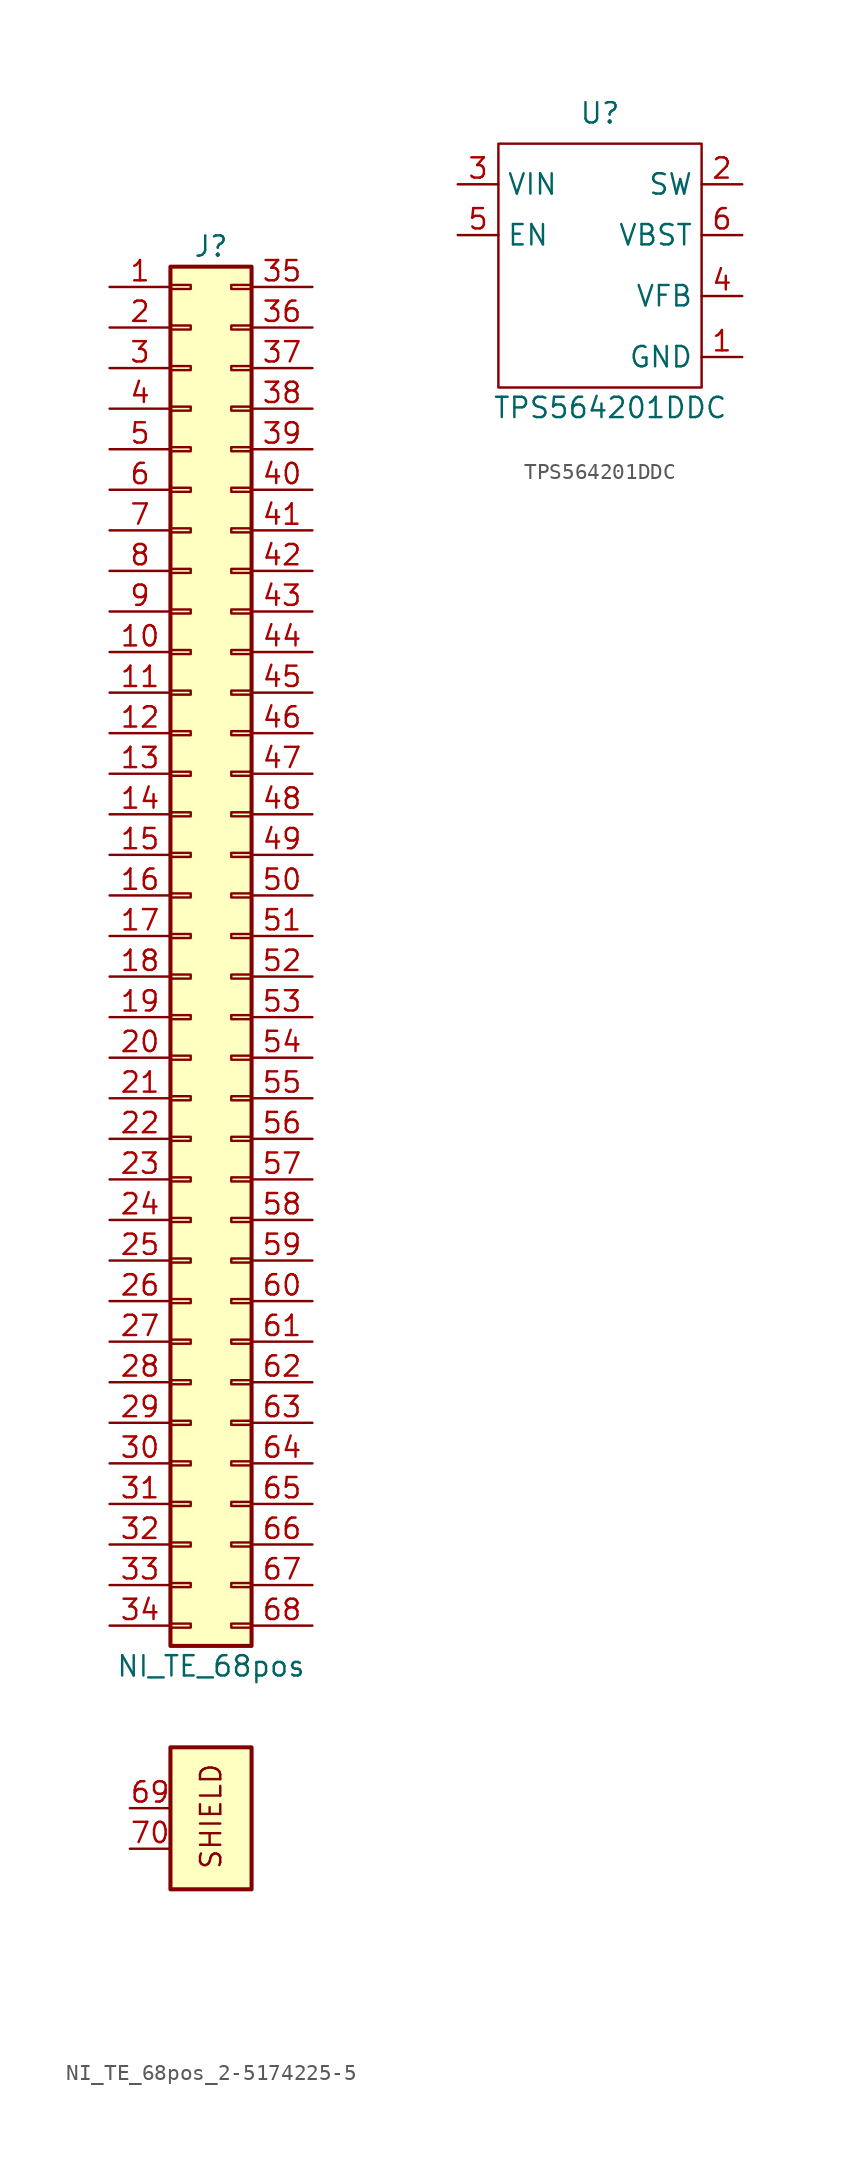
<source format=kicad_sym>
(kicad_symbol_lib
  (version 20220914)
  (generator kicad_symbol_editor)
  (symbol "NI_TE_68pos_2-5174225-5"
    (pin_names
      (offset 1.016) hide)
    (property "Reference" "J"
      (at 1.27 43.18 0)
      (effects (font (size 1.27 1.27))))
    (property "Value" "NI_TE_68pos"
      (at 1.27 -45.72 0)
      (effects (font (size 1.27 1.27))))
    (symbol "NI_TE_68pos_2-5174225-5_1_1"
      (rectangle (start -1.27 -50.8) (end 3.81 -59.69) (stroke (width 0.254) (type default)) (fill (type background)))
      (rectangle (start -1.27 -43.053) (end 0 -43.307) (stroke (width 0.152) (type default)) (fill (type none)))
      (rectangle (start -1.27 -40.513) (end 0 -40.767) (stroke (width 0.152) (type default)) (fill (type none)))
      (rectangle (start -1.27 -37.973) (end 0 -38.227) (stroke (width 0.152) (type default)) (fill (type none)))
      (rectangle (start -1.27 -35.433) (end 0 -35.687) (stroke (width 0.152) (type default)) (fill (type none)))
      (rectangle (start -1.27 -32.893) (end 0 -33.147) (stroke (width 0.152) (type default)) (fill (type none)))
      (rectangle (start -1.27 -30.353) (end 0 -30.607) (stroke (width 0.152) (type default)) (fill (type none)))
      (rectangle (start -1.27 -27.813) (end 0 -28.067) (stroke (width 0.152) (type default)) (fill (type none)))
      (rectangle (start -1.27 -25.273) (end 0 -25.527) (stroke (width 0.152) (type default)) (fill (type none)))
      (rectangle (start -1.27 -22.733) (end 0 -22.987) (stroke (width 0.152) (type default)) (fill (type none)))
      (rectangle (start -1.27 -20.193) (end 0 -20.447) (stroke (width 0.152) (type default)) (fill (type none)))
      (rectangle (start -1.27 -17.653) (end 0 -17.907) (stroke (width 0.152) (type default)) (fill (type none)))
      (rectangle (start -1.27 -15.113) (end 0 -15.367) (stroke (width 0.152) (type default)) (fill (type none)))
      (rectangle (start -1.27 -12.573) (end 0 -12.827) (stroke (width 0.152) (type default)) (fill (type none)))
      (rectangle (start -1.27 -10.033) (end 0 -10.287) (stroke (width 0.152) (type default)) (fill (type none)))
      (rectangle (start -1.27 -7.493) (end 0 -7.747) (stroke (width 0.152) (type default)) (fill (type none)))
      (rectangle (start -1.27 -4.953) (end 0 -5.207) (stroke (width 0.152) (type default)) (fill (type none)))
      (rectangle (start -1.27 -2.413) (end 0 -2.667) (stroke (width 0.152) (type default)) (fill (type none)))
      (rectangle (start -1.27 0.127) (end 0 -0.127) (stroke (width 0.152) (type default)) (fill (type none)))
      (rectangle (start -1.27 2.667) (end 0 2.413) (stroke (width 0.152) (type default)) (fill (type none)))
      (rectangle (start -1.27 5.207) (end 0 4.953) (stroke (width 0.152) (type default)) (fill (type none)))
      (rectangle (start -1.27 7.747) (end 0 7.493) (stroke (width 0.152) (type default)) (fill (type none)))
      (rectangle (start -1.27 10.287) (end 0 10.033) (stroke (width 0.152) (type default)) (fill (type none)))
      (rectangle (start -1.27 12.827) (end 0 12.573) (stroke (width 0.152) (type default)) (fill (type none)))
      (rectangle (start -1.27 15.367) (end 0 15.113) (stroke (width 0.152) (type default)) (fill (type none)))
      (rectangle (start -1.27 17.907) (end 0 17.653) (stroke (width 0.152) (type default)) (fill (type none)))
      (rectangle (start -1.27 20.447) (end 0 20.193) (stroke (width 0.152) (type default)) (fill (type none)))
      (rectangle (start -1.27 22.987) (end 0 22.733) (stroke (width 0.152) (type default)) (fill (type none)))
      (rectangle (start -1.27 25.527) (end 0 25.273) (stroke (width 0.152) (type default)) (fill (type none)))
      (rectangle (start -1.27 28.067) (end 0 27.813) (stroke (width 0.152) (type default)) (fill (type none)))
      (rectangle (start -1.27 30.607) (end 0 30.353) (stroke (width 0.152) (type default)) (fill (type none)))
      (rectangle (start -1.27 33.147) (end 0 32.893) (stroke (width 0.152) (type default)) (fill (type none)))
      (rectangle (start -1.27 35.687) (end 0 35.433) (stroke (width 0.152) (type default)) (fill (type none)))
      (rectangle (start -1.27 38.227) (end 0 37.973) (stroke (width 0.152) (type default)) (fill (type none)))
      (rectangle (start -1.27 40.767) (end 0 40.513) (stroke (width 0.152) (type default)) (fill (type none)))
      (rectangle (start -1.27 41.91) (end 3.81 -44.45) (stroke (width 0.254) (type default)) (fill (type background)))
      (rectangle (start 3.81 -43.053) (end 2.54 -43.307) (stroke (width 0.152) (type default)) (fill (type none)))
      (rectangle (start 3.81 -40.513) (end 2.54 -40.767) (stroke (width 0.152) (type default)) (fill (type none)))
      (rectangle (start 3.81 -37.973) (end 2.54 -38.227) (stroke (width 0.152) (type default)) (fill (type none)))
      (rectangle (start 3.81 -35.433) (end 2.54 -35.687) (stroke (width 0.152) (type default)) (fill (type none)))
      (rectangle (start 3.81 -32.893) (end 2.54 -33.147) (stroke (width 0.152) (type default)) (fill (type none)))
      (rectangle (start 3.81 -30.353) (end 2.54 -30.607) (stroke (width 0.152) (type default)) (fill (type none)))
      (rectangle (start 3.81 -27.813) (end 2.54 -28.067) (stroke (width 0.152) (type default)) (fill (type none)))
      (rectangle (start 3.81 -25.273) (end 2.54 -25.527) (stroke (width 0.152) (type default)) (fill (type none)))
      (rectangle (start 3.81 -22.733) (end 2.54 -22.987) (stroke (width 0.152) (type default)) (fill (type none)))
      (rectangle (start 3.81 -20.193) (end 2.54 -20.447) (stroke (width 0.152) (type default)) (fill (type none)))
      (rectangle (start 3.81 -17.653) (end 2.54 -17.907) (stroke (width 0.152) (type default)) (fill (type none)))
      (rectangle (start 3.81 -15.113) (end 2.54 -15.367) (stroke (width 0.152) (type default)) (fill (type none)))
      (rectangle (start 3.81 -12.573) (end 2.54 -12.827) (stroke (width 0.152) (type default)) (fill (type none)))
      (rectangle (start 3.81 -10.033) (end 2.54 -10.287) (stroke (width 0.152) (type default)) (fill (type none)))
      (rectangle (start 3.81 -7.493) (end 2.54 -7.747) (stroke (width 0.152) (type default)) (fill (type none)))
      (rectangle (start 3.81 -4.953) (end 2.54 -5.207) (stroke (width 0.152) (type default)) (fill (type none)))
      (rectangle (start 3.81 -2.413) (end 2.54 -2.667) (stroke (width 0.152) (type default)) (fill (type none)))
      (rectangle (start 3.81 0.127) (end 2.54 -0.127) (stroke (width 0.152) (type default)) (fill (type none)))
      (rectangle (start 3.81 2.667) (end 2.54 2.413) (stroke (width 0.152) (type default)) (fill (type none)))
      (rectangle (start 3.81 5.207) (end 2.54 4.953) (stroke (width 0.152) (type default)) (fill (type none)))
      (rectangle (start 3.81 7.747) (end 2.54 7.493) (stroke (width 0.152) (type default)) (fill (type none)))
      (rectangle (start 3.81 10.287) (end 2.54 10.033) (stroke (width 0.152) (type default)) (fill (type none)))
      (rectangle (start 3.81 12.827) (end 2.54 12.573) (stroke (width 0.152) (type default)) (fill (type none)))
      (rectangle (start 3.81 15.367) (end 2.54 15.113) (stroke (width 0.152) (type default)) (fill (type none)))
      (rectangle (start 3.81 17.907) (end 2.54 17.653) (stroke (width 0.152) (type default)) (fill (type none)))
      (rectangle (start 3.81 20.447) (end 2.54 20.193) (stroke (width 0.152) (type default)) (fill (type none)))
      (rectangle (start 3.81 22.987) (end 2.54 22.733) (stroke (width 0.152) (type default)) (fill (type none)))
      (rectangle (start 3.81 25.527) (end 2.54 25.273) (stroke (width 0.152) (type default)) (fill (type none)))
      (rectangle (start 3.81 28.067) (end 2.54 27.813) (stroke (width 0.152) (type default)) (fill (type none)))
      (rectangle (start 3.81 30.607) (end 2.54 30.353) (stroke (width 0.152) (type default)) (fill (type none)))
      (rectangle (start 3.81 33.147) (end 2.54 32.893) (stroke (width 0.152) (type default)) (fill (type none)))
      (rectangle (start 3.81 35.687) (end 2.54 35.433) (stroke (width 0.152) (type default)) (fill (type none)))
      (rectangle (start 3.81 38.227) (end 2.54 37.973) (stroke (width 0.152) (type default)) (fill (type none)))
      (rectangle (start 3.81 40.767) (end 2.54 40.513) (stroke (width 0.152) (type default)) (fill (type none)))
      (text "SHIELD" (at 1.27 -55.118 900) (effects (font (size 1.27 1.27))))
      (pin passive line (at -5.08 40.64 0) (length 3.81) (name "Pin_1" (effects (font (size 1.27 1.27)))) (number "1" (effects (font (size 1.27 1.27)))))
      (pin passive line (at -5.08 17.78 0) (length 3.81) (name "Pin_10" (effects (font (size 1.27 1.27)))) (number "10" (effects (font (size 1.27 1.27)))))
      (pin passive line (at -5.08 15.24 0) (length 3.81) (name "Pin_11" (effects (font (size 1.27 1.27)))) (number "11" (effects (font (size 1.27 1.27)))))
      (pin passive line (at -5.08 12.7 0) (length 3.81) (name "Pin_12" (effects (font (size 1.27 1.27)))) (number "12" (effects (font (size 1.27 1.27)))))
      (pin passive line (at -5.08 10.16 0) (length 3.81) (name "Pin_13" (effects (font (size 1.27 1.27)))) (number "13" (effects (font (size 1.27 1.27)))))
      (pin passive line (at -5.08 7.62 0) (length 3.81) (name "Pin_14" (effects (font (size 1.27 1.27)))) (number "14" (effects (font (size 1.27 1.27)))))
      (pin passive line (at -5.08 5.08 0) (length 3.81) (name "Pin_15" (effects (font (size 1.27 1.27)))) (number "15" (effects (font (size 1.27 1.27)))))
      (pin passive line (at -5.08 2.54 0) (length 3.81) (name "Pin_16" (effects (font (size 1.27 1.27)))) (number "16" (effects (font (size 1.27 1.27)))))
      (pin passive line (at -5.08 0 0) (length 3.81) (name "Pin_17" (effects (font (size 1.27 1.27)))) (number "17" (effects (font (size 1.27 1.27)))))
      (pin passive line (at -5.08 -2.54 0) (length 3.81) (name "Pin_18" (effects (font (size 1.27 1.27)))) (number "18" (effects (font (size 1.27 1.27)))))
      (pin passive line (at -5.08 -5.08 0) (length 3.81) (name "Pin_19" (effects (font (size 1.27 1.27)))) (number "19" (effects (font (size 1.27 1.27)))))
      (pin passive line (at -5.08 38.1 0) (length 3.81) (name "Pin_2" (effects (font (size 1.27 1.27)))) (number "2" (effects (font (size 1.27 1.27)))))
      (pin passive line (at -5.08 -7.62 0) (length 3.81) (name "Pin_20" (effects (font (size 1.27 1.27)))) (number "20" (effects (font (size 1.27 1.27)))))
      (pin passive line (at -5.08 -10.16 0) (length 3.81) (name "Pin_21" (effects (font (size 1.27 1.27)))) (number "21" (effects (font (size 1.27 1.27)))))
      (pin passive line (at -5.08 -12.7 0) (length 3.81) (name "Pin_22" (effects (font (size 1.27 1.27)))) (number "22" (effects (font (size 1.27 1.27)))))
      (pin passive line (at -5.08 -15.24 0) (length 3.81) (name "Pin_23" (effects (font (size 1.27 1.27)))) (number "23" (effects (font (size 1.27 1.27)))))
      (pin passive line (at -5.08 -17.78 0) (length 3.81) (name "Pin_24" (effects (font (size 1.27 1.27)))) (number "24" (effects (font (size 1.27 1.27)))))
      (pin passive line (at -5.08 -20.32 0) (length 3.81) (name "Pin_25" (effects (font (size 1.27 1.27)))) (number "25" (effects (font (size 1.27 1.27)))))
      (pin passive line (at -5.08 -22.86 0) (length 3.81) (name "Pin_26" (effects (font (size 1.27 1.27)))) (number "26" (effects (font (size 1.27 1.27)))))
      (pin passive line (at -5.08 -25.4 0) (length 3.81) (name "Pin_27" (effects (font (size 1.27 1.27)))) (number "27" (effects (font (size 1.27 1.27)))))
      (pin passive line (at -5.08 -27.94 0) (length 3.81) (name "Pin_28" (effects (font (size 1.27 1.27)))) (number "28" (effects (font (size 1.27 1.27)))))
      (pin passive line (at -5.08 -30.48 0) (length 3.81) (name "Pin_29" (effects (font (size 1.27 1.27)))) (number "29" (effects (font (size 1.27 1.27)))))
      (pin passive line (at -5.08 35.56 0) (length 3.81) (name "Pin_3" (effects (font (size 1.27 1.27)))) (number "3" (effects (font (size 1.27 1.27)))))
      (pin passive line (at -5.08 -33.02 0) (length 3.81) (name "Pin_30" (effects (font (size 1.27 1.27)))) (number "30" (effects (font (size 1.27 1.27)))))
      (pin passive line (at -5.08 -35.56 0) (length 3.81) (name "Pin_31" (effects (font (size 1.27 1.27)))) (number "31" (effects (font (size 1.27 1.27)))))
      (pin passive line (at -5.08 -38.1 0) (length 3.81) (name "Pin_32" (effects (font (size 1.27 1.27)))) (number "32" (effects (font (size 1.27 1.27)))))
      (pin passive line (at -5.08 -40.64 0) (length 3.81) (name "Pin_33" (effects (font (size 1.27 1.27)))) (number "33" (effects (font (size 1.27 1.27)))))
      (pin passive line (at -5.08 -43.18 0) (length 3.81) (name "Pin_34" (effects (font (size 1.27 1.27)))) (number "34" (effects (font (size 1.27 1.27)))))
      (pin passive line (at 7.62 40.64 180) (length 3.81) (name "Pin_35" (effects (font (size 1.27 1.27)))) (number "35" (effects (font (size 1.27 1.27)))))
      (pin passive line (at 7.62 38.1 180) (length 3.81) (name "Pin_36" (effects (font (size 1.27 1.27)))) (number "36" (effects (font (size 1.27 1.27)))))
      (pin passive line (at 7.62 35.56 180) (length 3.81) (name "Pin_37" (effects (font (size 1.27 1.27)))) (number "37" (effects (font (size 1.27 1.27)))))
      (pin passive line (at 7.62 33.02 180) (length 3.81) (name "Pin_38" (effects (font (size 1.27 1.27)))) (number "38" (effects (font (size 1.27 1.27)))))
      (pin passive line (at 7.62 30.48 180) (length 3.81) (name "Pin_39" (effects (font (size 1.27 1.27)))) (number "39" (effects (font (size 1.27 1.27)))))
      (pin passive line (at -5.08 33.02 0) (length 3.81) (name "Pin_4" (effects (font (size 1.27 1.27)))) (number "4" (effects (font (size 1.27 1.27)))))
      (pin passive line (at 7.62 27.94 180) (length 3.81) (name "Pin_40" (effects (font (size 1.27 1.27)))) (number "40" (effects (font (size 1.27 1.27)))))
      (pin passive line (at 7.62 25.4 180) (length 3.81) (name "Pin_41" (effects (font (size 1.27 1.27)))) (number "41" (effects (font (size 1.27 1.27)))))
      (pin passive line (at 7.62 22.86 180) (length 3.81) (name "Pin_42" (effects (font (size 1.27 1.27)))) (number "42" (effects (font (size 1.27 1.27)))))
      (pin passive line (at 7.62 20.32 180) (length 3.81) (name "Pin_43" (effects (font (size 1.27 1.27)))) (number "43" (effects (font (size 1.27 1.27)))))
      (pin passive line (at 7.62 17.78 180) (length 3.81) (name "Pin_44" (effects (font (size 1.27 1.27)))) (number "44" (effects (font (size 1.27 1.27)))))
      (pin passive line (at 7.62 15.24 180) (length 3.81) (name "Pin_45" (effects (font (size 1.27 1.27)))) (number "45" (effects (font (size 1.27 1.27)))))
      (pin passive line (at 7.62 12.7 180) (length 3.81) (name "Pin_46" (effects (font (size 1.27 1.27)))) (number "46" (effects (font (size 1.27 1.27)))))
      (pin passive line (at 7.62 10.16 180) (length 3.81) (name "Pin_47" (effects (font (size 1.27 1.27)))) (number "47" (effects (font (size 1.27 1.27)))))
      (pin passive line (at 7.62 7.62 180) (length 3.81) (name "Pin_48" (effects (font (size 1.27 1.27)))) (number "48" (effects (font (size 1.27 1.27)))))
      (pin passive line (at 7.62 5.08 180) (length 3.81) (name "Pin_49" (effects (font (size 1.27 1.27)))) (number "49" (effects (font (size 1.27 1.27)))))
      (pin passive line (at -5.08 30.48 0) (length 3.81) (name "Pin_5" (effects (font (size 1.27 1.27)))) (number "5" (effects (font (size 1.27 1.27)))))
      (pin passive line (at 7.62 2.54 180) (length 3.81) (name "Pin_50" (effects (font (size 1.27 1.27)))) (number "50" (effects (font (size 1.27 1.27)))))
      (pin passive line (at 7.62 0 180) (length 3.81) (name "Pin_51" (effects (font (size 1.27 1.27)))) (number "51" (effects (font (size 1.27 1.27)))))
      (pin passive line (at 7.62 -2.54 180) (length 3.81) (name "Pin_52" (effects (font (size 1.27 1.27)))) (number "52" (effects (font (size 1.27 1.27)))))
      (pin passive line (at 7.62 -5.08 180) (length 3.81) (name "Pin_53" (effects (font (size 1.27 1.27)))) (number "53" (effects (font (size 1.27 1.27)))))
      (pin passive line (at 7.62 -7.62 180) (length 3.81) (name "Pin_54" (effects (font (size 1.27 1.27)))) (number "54" (effects (font (size 1.27 1.27)))))
      (pin passive line (at 7.62 -10.16 180) (length 3.81) (name "Pin_55" (effects (font (size 1.27 1.27)))) (number "55" (effects (font (size 1.27 1.27)))))
      (pin passive line (at 7.62 -12.7 180) (length 3.81) (name "Pin_56" (effects (font (size 1.27 1.27)))) (number "56" (effects (font (size 1.27 1.27)))))
      (pin passive line (at 7.62 -15.24 180) (length 3.81) (name "Pin_57" (effects (font (size 1.27 1.27)))) (number "57" (effects (font (size 1.27 1.27)))))
      (pin passive line (at 7.62 -17.78 180) (length 3.81) (name "Pin_58" (effects (font (size 1.27 1.27)))) (number "58" (effects (font (size 1.27 1.27)))))
      (pin passive line (at 7.62 -20.32 180) (length 3.81) (name "Pin_59" (effects (font (size 1.27 1.27)))) (number "59" (effects (font (size 1.27 1.27)))))
      (pin passive line (at -5.08 27.94 0) (length 3.81) (name "Pin_6" (effects (font (size 1.27 1.27)))) (number "6" (effects (font (size 1.27 1.27)))))
      (pin passive line (at 7.62 -22.86 180) (length 3.81) (name "Pin_60" (effects (font (size 1.27 1.27)))) (number "60" (effects (font (size 1.27 1.27)))))
      (pin passive line (at 7.62 -25.4 180) (length 3.81) (name "Pin_61" (effects (font (size 1.27 1.27)))) (number "61" (effects (font (size 1.27 1.27)))))
      (pin passive line (at 7.62 -27.94 180) (length 3.81) (name "Pin_62" (effects (font (size 1.27 1.27)))) (number "62" (effects (font (size 1.27 1.27)))))
      (pin passive line (at 7.62 -30.48 180) (length 3.81) (name "Pin_63" (effects (font (size 1.27 1.27)))) (number "63" (effects (font (size 1.27 1.27)))))
      (pin passive line (at 7.62 -33.02 180) (length 3.81) (name "Pin_64" (effects (font (size 1.27 1.27)))) (number "64" (effects (font (size 1.27 1.27)))))
      (pin passive line (at 7.62 -35.56 180) (length 3.81) (name "Pin_65" (effects (font (size 1.27 1.27)))) (number "65" (effects (font (size 1.27 1.27)))))
      (pin passive line (at 7.62 -38.1 180) (length 3.81) (name "Pin_66" (effects (font (size 1.27 1.27)))) (number "66" (effects (font (size 1.27 1.27)))))
      (pin passive line (at 7.62 -40.64 180) (length 3.81) (name "Pin_67" (effects (font (size 1.27 1.27)))) (number "67" (effects (font (size 1.27 1.27)))))
      (pin passive line (at 7.62 -43.18 180) (length 3.81) (name "Pin_68" (effects (font (size 1.27 1.27)))) (number "68" (effects (font (size 1.27 1.27)))))
      (pin input line (at -3.81 -54.61 0) (length 2.54) (name "GND" (effects (font (size 1.27 1.27)))) (number "69" (effects (font (size 1.27 1.27)))))
      (pin passive line (at -5.08 25.4 0) (length 3.81) (name "Pin_7" (effects (font (size 1.27 1.27)))) (number "7" (effects (font (size 1.27 1.27)))))
      (pin input line (at -3.81 -57.15 0) (length 2.54) (name "GND" (effects (font (size 1.27 1.27)))) (number "70" (effects (font (size 1.27 1.27)))))
      (pin passive line (at -5.08 22.86 0) (length 3.81) (name "Pin_8" (effects (font (size 1.27 1.27)))) (number "8" (effects (font (size 1.27 1.27)))))
      (pin passive line (at -5.08 20.32 0) (length 3.81) (name "Pin_9" (effects (font (size 1.27 1.27)))) (number "9" (effects (font (size 1.27 1.27)))))))
  (symbol "TPS564201DDC"
    (property "Reference" "U"
      (at 0 9.525 0)
      (effects (font (size 1.27 1.27))))
    (property "Value" "TPS564201DDC"
      (at 0.635 -8.89 0)
      (effects (font (size 1.27 1.27))))
    (symbol "TPS564201DDC_0_1"
      (rectangle (start -6.35 7.62) (end 6.35 -7.62) (stroke (width 0) (type default)) (fill (type none))))
    (symbol "TPS564201DDC_1_1"
      (pin power_in line (at 8.89 -5.715 180) (length 2.54) (name "GND" (effects (font (size 1.27 1.27)))) (number "1" (effects (font (size 1.27 1.27)))))
      (pin passive line (at 8.89 5.08 180) (length 2.54) (name "SW" (effects (font (size 1.27 1.27)))) (number "2" (effects (font (size 1.27 1.27)))))
      (pin power_in line (at -8.89 5.08 0) (length 2.54) (name "VIN" (effects (font (size 1.27 1.27)))) (number "3" (effects (font (size 1.27 1.27)))))
      (pin passive line (at 8.89 -1.905 180) (length 2.54) (name "VFB" (effects (font (size 1.27 1.27)))) (number "4" (effects (font (size 1.27 1.27)))))
      (pin input line (at -8.89 1.905 0) (length 2.54) (name "EN" (effects (font (size 1.27 1.27)))) (number "5" (effects (font (size 1.27 1.27)))))
      (pin passive line (at 8.89 1.905 180) (length 2.54) (name "VBST" (effects (font (size 1.27 1.27)))) (number "6" (effects (font (size 1.27 1.27))))))))
</source>
